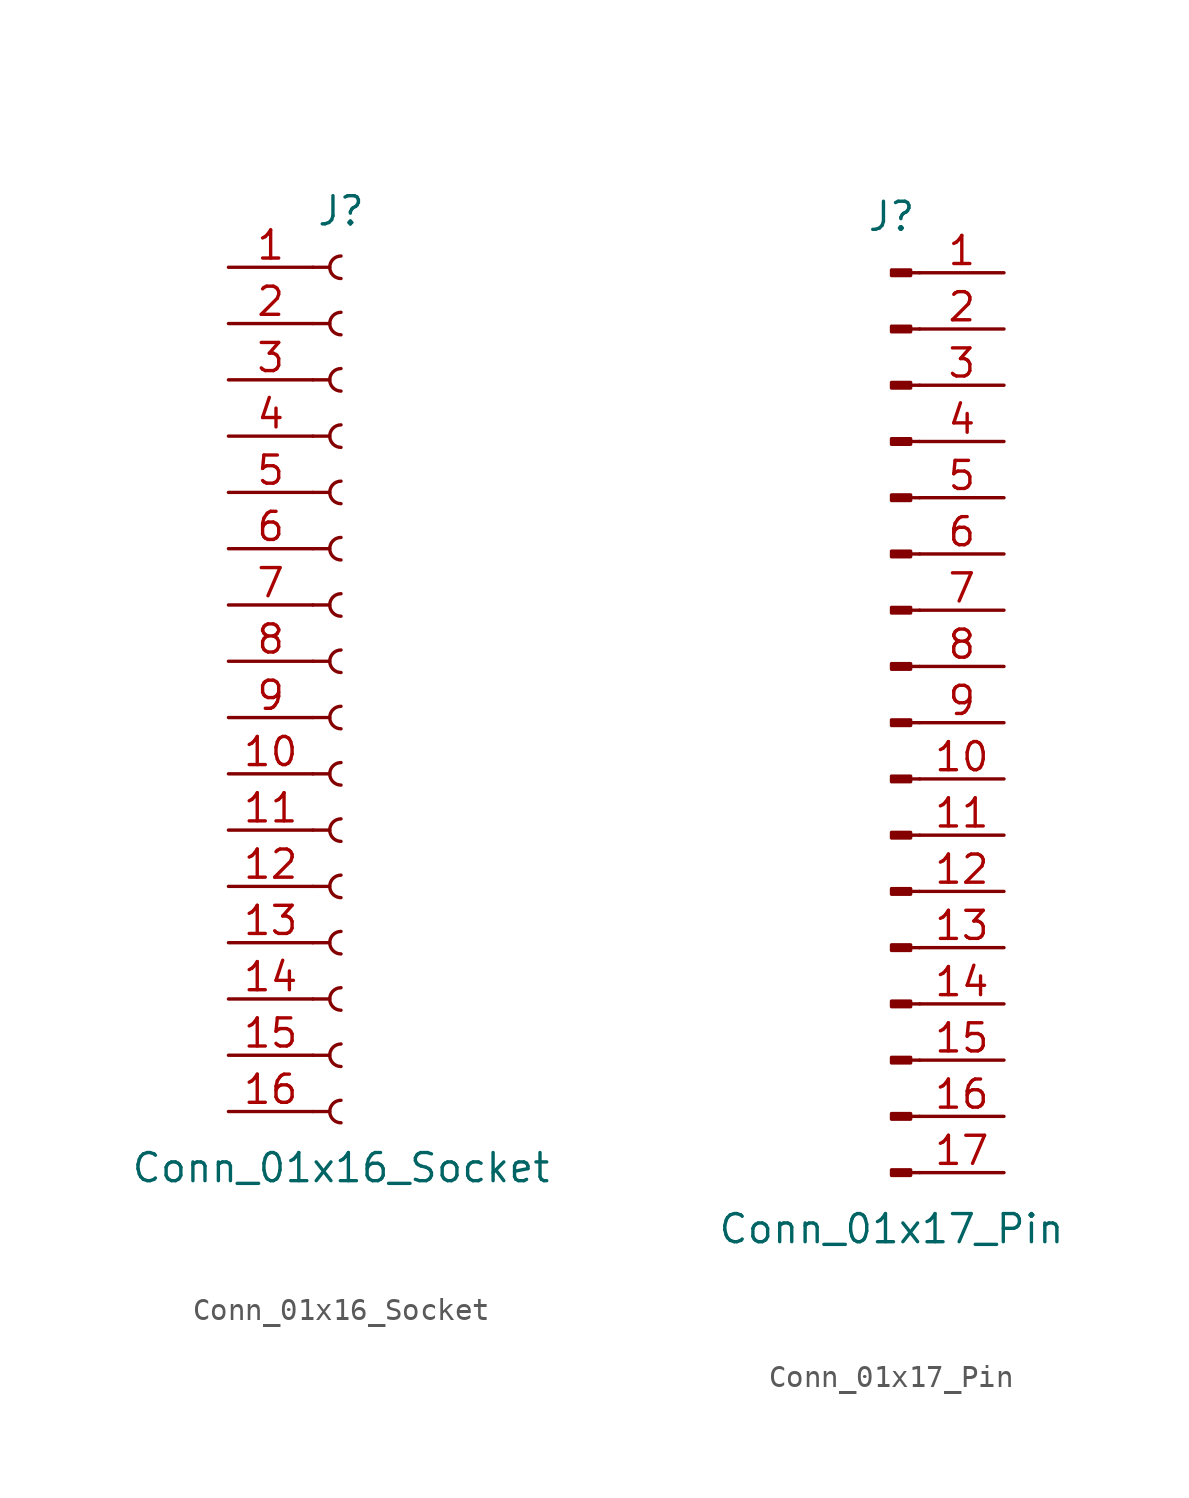
<source format=kicad_sym>
(kicad_symbol_lib
  (version 20220914)
  (generator kicad_symbol_editor)
  (symbol "Conn_01x16_Socket"
    (pin_names
      (offset 1.016) hide)
    (property "Reference" "J"
      (at 0 20.32 0)
      (effects (font (size 1.27 1.27))))
    (property "Value" "Conn_01x16_Socket"
      (at 0 -22.86 0)
      (effects (font (size 1.27 1.27))))
    (property "ki_locked" ""
      (at 0 0 0)
      (effects (font (size 1.27 1.27))))
    (symbol "Conn_01x16_Socket_1_1"
      (arc (start 0 -19.812) (mid -0.5058 -20.32) (end 0 -20.828) (stroke (width 0.1524) (type default)) (fill (type none)))
      (arc (start 0 -17.272) (mid -0.5058 -17.78) (end 0 -18.288) (stroke (width 0.1524) (type default)) (fill (type none)))
      (arc (start 0 -14.732) (mid -0.5058 -15.24) (end 0 -15.748) (stroke (width 0.1524) (type default)) (fill (type none)))
      (arc (start 0 -12.192) (mid -0.5058 -12.7) (end 0 -13.208) (stroke (width 0.1524) (type default)) (fill (type none)))
      (arc (start 0 -9.652) (mid -0.5058 -10.16) (end 0 -10.668) (stroke (width 0.1524) (type default)) (fill (type none)))
      (arc (start 0 -7.112) (mid -0.5058 -7.62) (end 0 -8.128) (stroke (width 0.1524) (type default)) (fill (type none)))
      (arc (start 0 -4.572) (mid -0.5058 -5.08) (end 0 -5.588) (stroke (width 0.1524) (type default)) (fill (type none)))
      (arc (start 0 -2.032) (mid -0.5058 -2.54) (end 0 -3.048) (stroke (width 0.1524) (type default)) (fill (type none)))
      (polyline (pts (xy -1.27 -20.32) (xy -0.508 -20.32)) (stroke (width 0.152) (type default)) (fill (type none)))
      (polyline (pts (xy -1.27 -17.78) (xy -0.508 -17.78)) (stroke (width 0.152) (type default)) (fill (type none)))
      (polyline (pts (xy -1.27 -15.24) (xy -0.508 -15.24)) (stroke (width 0.152) (type default)) (fill (type none)))
      (polyline (pts (xy -1.27 -12.7) (xy -0.508 -12.7)) (stroke (width 0.152) (type default)) (fill (type none)))
      (polyline (pts (xy -1.27 -10.16) (xy -0.508 -10.16)) (stroke (width 0.152) (type default)) (fill (type none)))
      (polyline (pts (xy -1.27 -7.62) (xy -0.508 -7.62)) (stroke (width 0.152) (type default)) (fill (type none)))
      (polyline (pts (xy -1.27 -5.08) (xy -0.508 -5.08)) (stroke (width 0.152) (type default)) (fill (type none)))
      (polyline (pts (xy -1.27 -2.54) (xy -0.508 -2.54)) (stroke (width 0.152) (type default)) (fill (type none)))
      (polyline (pts (xy -1.27 0) (xy -0.508 0)) (stroke (width 0.152) (type default)) (fill (type none)))
      (polyline (pts (xy -1.27 2.54) (xy -0.508 2.54)) (stroke (width 0.152) (type default)) (fill (type none)))
      (polyline (pts (xy -1.27 5.08) (xy -0.508 5.08)) (stroke (width 0.152) (type default)) (fill (type none)))
      (polyline (pts (xy -1.27 7.62) (xy -0.508 7.62)) (stroke (width 0.152) (type default)) (fill (type none)))
      (polyline (pts (xy -1.27 10.16) (xy -0.508 10.16)) (stroke (width 0.152) (type default)) (fill (type none)))
      (polyline (pts (xy -1.27 12.7) (xy -0.508 12.7)) (stroke (width 0.152) (type default)) (fill (type none)))
      (polyline (pts (xy -1.27 15.24) (xy -0.508 15.24)) (stroke (width 0.152) (type default)) (fill (type none)))
      (polyline (pts (xy -1.27 17.78) (xy -0.508 17.78)) (stroke (width 0.152) (type default)) (fill (type none)))
      (arc (start 0 0.508) (mid -0.5058 0) (end 0 -0.508) (stroke (width 0.1524) (type default)) (fill (type none)))
      (arc (start 0 3.048) (mid -0.5058 2.54) (end 0 2.032) (stroke (width 0.1524) (type default)) (fill (type none)))
      (arc (start 0 5.588) (mid -0.5058 5.08) (end 0 4.572) (stroke (width 0.1524) (type default)) (fill (type none)))
      (arc (start 0 8.128) (mid -0.5058 7.62) (end 0 7.112) (stroke (width 0.1524) (type default)) (fill (type none)))
      (arc (start 0 10.668) (mid -0.5058 10.16) (end 0 9.652) (stroke (width 0.1524) (type default)) (fill (type none)))
      (arc (start 0 13.208) (mid -0.5058 12.7) (end 0 12.192) (stroke (width 0.1524) (type default)) (fill (type none)))
      (arc (start 0 15.748) (mid -0.5058 15.24) (end 0 14.732) (stroke (width 0.1524) (type default)) (fill (type none)))
      (arc (start 0 18.288) (mid -0.5058 17.78) (end 0 17.272) (stroke (width 0.1524) (type default)) (fill (type none)))
      (pin passive line (at -5.08 17.78 0) (length 3.81) (name "Pin_1" (effects (font (size 1.27 1.27)))) (number "1" (effects (font (size 1.27 1.27)))))
      (pin passive line (at -5.08 -5.08 0) (length 3.81) (name "Pin_10" (effects (font (size 1.27 1.27)))) (number "10" (effects (font (size 1.27 1.27)))))
      (pin passive line (at -5.08 -7.62 0) (length 3.81) (name "Pin_11" (effects (font (size 1.27 1.27)))) (number "11" (effects (font (size 1.27 1.27)))))
      (pin passive line (at -5.08 -10.16 0) (length 3.81) (name "Pin_12" (effects (font (size 1.27 1.27)))) (number "12" (effects (font (size 1.27 1.27)))))
      (pin passive line (at -5.08 -12.7 0) (length 3.81) (name "Pin_13" (effects (font (size 1.27 1.27)))) (number "13" (effects (font (size 1.27 1.27)))))
      (pin passive line (at -5.08 -15.24 0) (length 3.81) (name "Pin_14" (effects (font (size 1.27 1.27)))) (number "14" (effects (font (size 1.27 1.27)))))
      (pin passive line (at -5.08 -17.78 0) (length 3.81) (name "Pin_15" (effects (font (size 1.27 1.27)))) (number "15" (effects (font (size 1.27 1.27)))))
      (pin passive line (at -5.08 -20.32 0) (length 3.81) (name "Pin_16" (effects (font (size 1.27 1.27)))) (number "16" (effects (font (size 1.27 1.27)))))
      (pin passive line (at -5.08 15.24 0) (length 3.81) (name "Pin_2" (effects (font (size 1.27 1.27)))) (number "2" (effects (font (size 1.27 1.27)))))
      (pin passive line (at -5.08 12.7 0) (length 3.81) (name "Pin_3" (effects (font (size 1.27 1.27)))) (number "3" (effects (font (size 1.27 1.27)))))
      (pin passive line (at -5.08 10.16 0) (length 3.81) (name "Pin_4" (effects (font (size 1.27 1.27)))) (number "4" (effects (font (size 1.27 1.27)))))
      (pin passive line (at -5.08 7.62 0) (length 3.81) (name "Pin_5" (effects (font (size 1.27 1.27)))) (number "5" (effects (font (size 1.27 1.27)))))
      (pin passive line (at -5.08 5.08 0) (length 3.81) (name "Pin_6" (effects (font (size 1.27 1.27)))) (number "6" (effects (font (size 1.27 1.27)))))
      (pin passive line (at -5.08 2.54 0) (length 3.81) (name "Pin_7" (effects (font (size 1.27 1.27)))) (number "7" (effects (font (size 1.27 1.27)))))
      (pin passive line (at -5.08 0 0) (length 3.81) (name "Pin_8" (effects (font (size 1.27 1.27)))) (number "8" (effects (font (size 1.27 1.27)))))
      (pin passive line (at -5.08 -2.54 0) (length 3.81) (name "Pin_9" (effects (font (size 1.27 1.27)))) (number "9" (effects (font (size 1.27 1.27)))))))
  (symbol "Conn_01x17_Pin"
    (pin_names
      (offset 1.016) hide)
    (property "Reference" "J"
      (at 0 22.86 0)
      (effects (font (size 1.27 1.27))))
    (property "Value" "Conn_01x17_Pin"
      (at 0 -22.86 0)
      (effects (font (size 1.27 1.27))))
    (property "ki_locked" ""
      (at 0 0 0)
      (effects (font (size 1.27 1.27))))
    (symbol "Conn_01x17_Pin_1_1"
      (polyline (pts (xy 1.27 -20.32) (xy 0.864 -20.32)) (stroke (width 0.152) (type default)) (fill (type none)))
      (polyline (pts (xy 1.27 -17.78) (xy 0.864 -17.78)) (stroke (width 0.152) (type default)) (fill (type none)))
      (polyline (pts (xy 1.27 -15.24) (xy 0.864 -15.24)) (stroke (width 0.152) (type default)) (fill (type none)))
      (polyline (pts (xy 1.27 -12.7) (xy 0.864 -12.7)) (stroke (width 0.152) (type default)) (fill (type none)))
      (polyline (pts (xy 1.27 -10.16) (xy 0.864 -10.16)) (stroke (width 0.152) (type default)) (fill (type none)))
      (polyline (pts (xy 1.27 -7.62) (xy 0.864 -7.62)) (stroke (width 0.152) (type default)) (fill (type none)))
      (polyline (pts (xy 1.27 -5.08) (xy 0.864 -5.08)) (stroke (width 0.152) (type default)) (fill (type none)))
      (polyline (pts (xy 1.27 -2.54) (xy 0.864 -2.54)) (stroke (width 0.152) (type default)) (fill (type none)))
      (polyline (pts (xy 1.27 0) (xy 0.864 0)) (stroke (width 0.152) (type default)) (fill (type none)))
      (polyline (pts (xy 1.27 2.54) (xy 0.864 2.54)) (stroke (width 0.152) (type default)) (fill (type none)))
      (polyline (pts (xy 1.27 5.08) (xy 0.864 5.08)) (stroke (width 0.152) (type default)) (fill (type none)))
      (polyline (pts (xy 1.27 7.62) (xy 0.864 7.62)) (stroke (width 0.152) (type default)) (fill (type none)))
      (polyline (pts (xy 1.27 10.16) (xy 0.864 10.16)) (stroke (width 0.152) (type default)) (fill (type none)))
      (polyline (pts (xy 1.27 12.7) (xy 0.864 12.7)) (stroke (width 0.152) (type default)) (fill (type none)))
      (polyline (pts (xy 1.27 15.24) (xy 0.864 15.24)) (stroke (width 0.152) (type default)) (fill (type none)))
      (polyline (pts (xy 1.27 17.78) (xy 0.864 17.78)) (stroke (width 0.152) (type default)) (fill (type none)))
      (polyline (pts (xy 1.27 20.32) (xy 0.864 20.32)) (stroke (width 0.152) (type default)) (fill (type none)))
      (rectangle (start 0.864 -20.193) (end 0 -20.447) (stroke (width 0.152) (type default)) (fill (type outline)))
      (rectangle (start 0.864 -17.653) (end 0 -17.907) (stroke (width 0.152) (type default)) (fill (type outline)))
      (rectangle (start 0.864 -15.113) (end 0 -15.367) (stroke (width 0.152) (type default)) (fill (type outline)))
      (rectangle (start 0.864 -12.573) (end 0 -12.827) (stroke (width 0.152) (type default)) (fill (type outline)))
      (rectangle (start 0.864 -10.033) (end 0 -10.287) (stroke (width 0.152) (type default)) (fill (type outline)))
      (rectangle (start 0.864 -7.493) (end 0 -7.747) (stroke (width 0.152) (type default)) (fill (type outline)))
      (rectangle (start 0.864 -4.953) (end 0 -5.207) (stroke (width 0.152) (type default)) (fill (type outline)))
      (rectangle (start 0.864 -2.413) (end 0 -2.667) (stroke (width 0.152) (type default)) (fill (type outline)))
      (rectangle (start 0.864 0.127) (end 0 -0.127) (stroke (width 0.152) (type default)) (fill (type outline)))
      (rectangle (start 0.864 2.667) (end 0 2.413) (stroke (width 0.152) (type default)) (fill (type outline)))
      (rectangle (start 0.864 5.207) (end 0 4.953) (stroke (width 0.152) (type default)) (fill (type outline)))
      (rectangle (start 0.864 7.747) (end 0 7.493) (stroke (width 0.152) (type default)) (fill (type outline)))
      (rectangle (start 0.864 10.287) (end 0 10.033) (stroke (width 0.152) (type default)) (fill (type outline)))
      (rectangle (start 0.864 12.827) (end 0 12.573) (stroke (width 0.152) (type default)) (fill (type outline)))
      (rectangle (start 0.864 15.367) (end 0 15.113) (stroke (width 0.152) (type default)) (fill (type outline)))
      (rectangle (start 0.864 17.907) (end 0 17.653) (stroke (width 0.152) (type default)) (fill (type outline)))
      (rectangle (start 0.864 20.447) (end 0 20.193) (stroke (width 0.152) (type default)) (fill (type outline)))
      (pin passive line (at 5.08 20.32 180) (length 3.81) (name "Pin_1" (effects (font (size 1.27 1.27)))) (number "1" (effects (font (size 1.27 1.27)))))
      (pin passive line (at 5.08 -2.54 180) (length 3.81) (name "Pin_10" (effects (font (size 1.27 1.27)))) (number "10" (effects (font (size 1.27 1.27)))))
      (pin passive line (at 5.08 -5.08 180) (length 3.81) (name "Pin_11" (effects (font (size 1.27 1.27)))) (number "11" (effects (font (size 1.27 1.27)))))
      (pin passive line (at 5.08 -7.62 180) (length 3.81) (name "Pin_12" (effects (font (size 1.27 1.27)))) (number "12" (effects (font (size 1.27 1.27)))))
      (pin passive line (at 5.08 -10.16 180) (length 3.81) (name "Pin_13" (effects (font (size 1.27 1.27)))) (number "13" (effects (font (size 1.27 1.27)))))
      (pin passive line (at 5.08 -12.7 180) (length 3.81) (name "Pin_14" (effects (font (size 1.27 1.27)))) (number "14" (effects (font (size 1.27 1.27)))))
      (pin passive line (at 5.08 -15.24 180) (length 3.81) (name "Pin_15" (effects (font (size 1.27 1.27)))) (number "15" (effects (font (size 1.27 1.27)))))
      (pin passive line (at 5.08 -17.78 180) (length 3.81) (name "Pin_16" (effects (font (size 1.27 1.27)))) (number "16" (effects (font (size 1.27 1.27)))))
      (pin passive line (at 5.08 -20.32 180) (length 3.81) (name "Pin_17" (effects (font (size 1.27 1.27)))) (number "17" (effects (font (size 1.27 1.27)))))
      (pin passive line (at 5.08 17.78 180) (length 3.81) (name "Pin_2" (effects (font (size 1.27 1.27)))) (number "2" (effects (font (size 1.27 1.27)))))
      (pin passive line (at 5.08 15.24 180) (length 3.81) (name "Pin_3" (effects (font (size 1.27 1.27)))) (number "3" (effects (font (size 1.27 1.27)))))
      (pin passive line (at 5.08 12.7 180) (length 3.81) (name "Pin_4" (effects (font (size 1.27 1.27)))) (number "4" (effects (font (size 1.27 1.27)))))
      (pin passive line (at 5.08 10.16 180) (length 3.81) (name "Pin_5" (effects (font (size 1.27 1.27)))) (number "5" (effects (font (size 1.27 1.27)))))
      (pin passive line (at 5.08 7.62 180) (length 3.81) (name "Pin_6" (effects (font (size 1.27 1.27)))) (number "6" (effects (font (size 1.27 1.27)))))
      (pin passive line (at 5.08 5.08 180) (length 3.81) (name "Pin_7" (effects (font (size 1.27 1.27)))) (number "7" (effects (font (size 1.27 1.27)))))
      (pin passive line (at 5.08 2.54 180) (length 3.81) (name "Pin_8" (effects (font (size 1.27 1.27)))) (number "8" (effects (font (size 1.27 1.27)))))
      (pin passive line (at 5.08 0 180) (length 3.81) (name "Pin_9" (effects (font (size 1.27 1.27)))) (number "9" (effects (font (size 1.27 1.27))))))))
</source>
